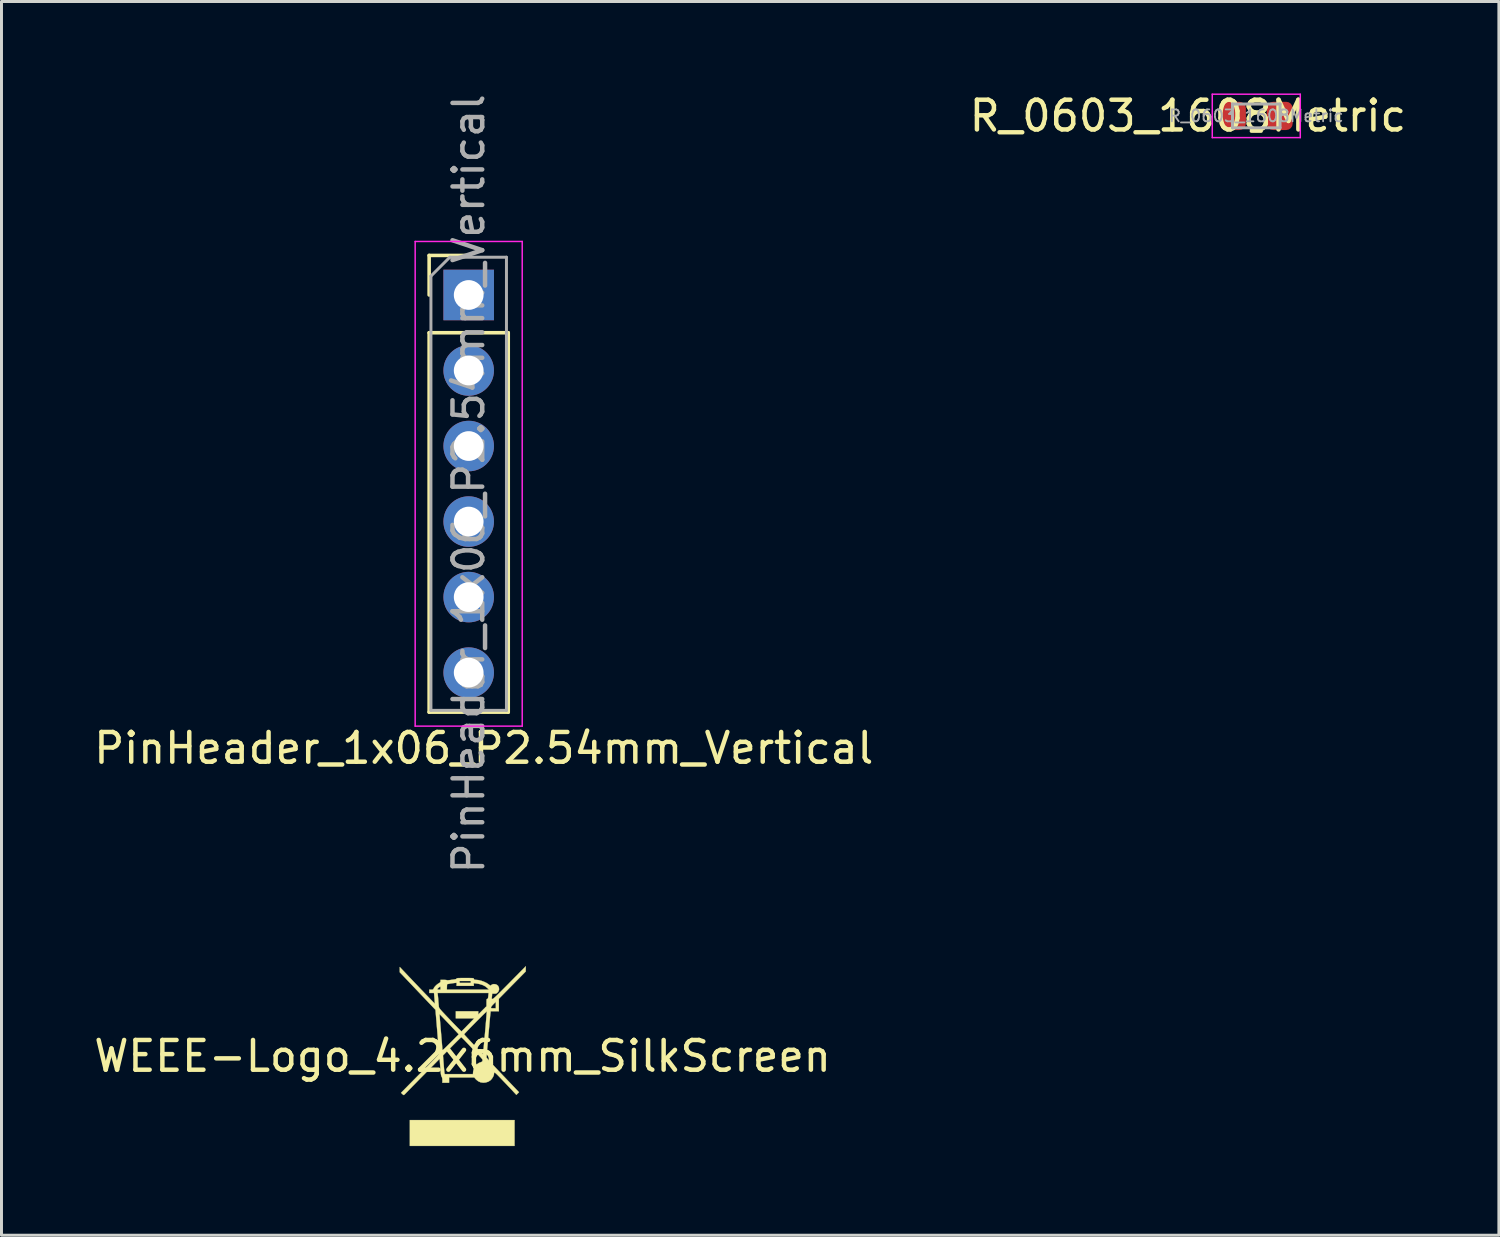
<source format=kicad_pcb>
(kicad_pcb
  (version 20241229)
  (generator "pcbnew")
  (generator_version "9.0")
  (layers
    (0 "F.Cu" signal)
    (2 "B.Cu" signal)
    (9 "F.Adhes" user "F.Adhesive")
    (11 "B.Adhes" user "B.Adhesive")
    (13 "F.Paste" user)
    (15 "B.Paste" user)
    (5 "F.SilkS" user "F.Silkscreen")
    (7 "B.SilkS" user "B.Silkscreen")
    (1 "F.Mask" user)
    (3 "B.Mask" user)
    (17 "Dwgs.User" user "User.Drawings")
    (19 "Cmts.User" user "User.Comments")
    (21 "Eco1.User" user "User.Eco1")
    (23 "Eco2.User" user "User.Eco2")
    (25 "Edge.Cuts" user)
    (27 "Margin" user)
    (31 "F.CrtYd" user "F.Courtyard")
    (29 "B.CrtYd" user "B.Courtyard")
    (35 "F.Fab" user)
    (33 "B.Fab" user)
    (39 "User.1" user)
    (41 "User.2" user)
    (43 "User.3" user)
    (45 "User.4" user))
  (footprint "WEEE-Logo_4.2x6mm_SilkScreen"
    (layer "F.Cu")
    (at 12.506 32.468)
    (property "Reference" "WEEE-Logo_4.2x6mm_SilkScreen" (at 0 0 180) (layer "F.SilkS") (effects (font (size 1 1) (thickness 0.15))))
    (attr exclude_from_pos_files exclude_from_bom)
    (fp_poly (pts (xy 1.748 3.018) (xy -1.773 3.018) (xy -1.773 2.15) (xy 1.748 2.15) (xy 1.748 3.018)) (stroke (width 0.01) (type solid)) (fill yes) (layer "F.SilkS"))
    (fp_poly (pts (xy 2.124 -2.935) (xy 2.124 -2.848) (xy 1.672 -2.389) (xy 1.22 -1.93) (xy 1.22 -1.72) (xy 1.22 -1.509) (xy 0.945 -1.509) (xy 0.938 -1.455) (xy 0.935 -1.431) (xy 0.93 -1.385) (xy 0.924 -1.321) (xy 0.917 -1.24) (xy 0.908 -1.146) (xy 0.899 -1.041) (xy 0.889 -0.929) (xy 0.878 -0.811) (xy 0.867 -0.692) (xy 0.857 -0.572) (xy 0.847 -0.456) (xy 0.837 -0.345) (xy 0.828 -0.243) (xy 0.821 -0.153) (xy 0.814 -0.076) (xy 0.809 -0.017) (xy 0.806 0.024) (xy 0.805 0.042) (xy 0.805 0.042) (xy 0.813 0.056) (xy 0.836 0.086) (xy 0.875 0.131) (xy 0.93 0.193) (xy 1.001 0.27) (xy 1.089 0.365) (xy 1.194 0.476) (xy 1.317 0.605) (xy 1.351 0.641) (xy 1.897 1.213) (xy 1.809 1.301) (xy 1.737 1.224) (xy 1.711 1.196) (xy 1.671 1.152) (xy 1.618 1.096) (xy 1.556 1.031) (xy 1.487 0.958) (xy 1.414 0.882) (xy 1.371 0.837) (xy 1.289 0.751) (xy 1.224 0.683) (xy 1.172 0.63) (xy 1.132 0.592) (xy 1.103 0.567) (xy 1.083 0.554) (xy 1.07 0.552) (xy 1.062 0.56) (xy 1.059 0.575) (xy 1.057 0.598) (xy 1.057 0.604) (xy 1.048 0.647) (xy 1.024 0.699) (xy 0.992 0.751) (xy 0.955 0.796) (xy 0.94 0.81) (xy 0.865 0.859) (xy 0.776 0.886) (xy 0.698 0.893) (xy 0.609 0.881) (xy 0.528 0.845) (xy 0.455 0.787) (xy 0.442 0.772) (xy 0.393 0.717) (xy -0.453 0.717) (xy -0.453 0.893) (xy -0.679 0.893) (xy -0.679 0.811) (xy -0.682 0.754) (xy -0.691 0.715) (xy -0.703 0.694) (xy -0.711 0.679) (xy -0.718 0.657) (xy -0.725 0.625) (xy -0.731 0.58) (xy -0.737 0.518) (xy -0.744 0.436) (xy -0.749 0.375) (xy -0.771 0.089) (xy -1.314 0.639) (xy -1.412 0.738) (xy -1.506 0.834) (xy -1.594 0.924) (xy -1.675 1.006) (xy -1.747 1.08) (xy -1.809 1.143) (xy -1.857 1.193) (xy -1.892 1.228) (xy -1.91 1.248) (xy -1.941 1.279) (xy -1.966 1.301) (xy -1.98 1.308) (xy -1.997 1.299) (xy -2.022 1.278) (xy -2.031 1.27) (xy -2.068 1.232) (xy -1.867 1.028) (xy -1.816 0.976) (xy -1.75 0.909) (xy -1.672 0.83) (xy -1.585 0.742) (xy -1.492 0.648) (xy -1.395 0.551) (xy -1.298 0.453) (xy -1.229 0.383) (xy -1.124 0.277) (xy -1.035 0.186) (xy -0.962 0.111) (xy -0.904 0.05) (xy -0.859 0.001) (xy -0.837 -0.024) (xy -0.659 -0.024) (xy -0.636 0.262) (xy -0.63 0.345) (xy -0.623 0.422) (xy -0.617 0.487) (xy -0.612 0.537) (xy -0.609 0.568) (xy -0.607 0.575) (xy -0.601 0.604) (xy 0.349 0.604) (xy 0.355 0.525) (xy 0.374 0.431) (xy 0.414 0.349) (xy 0.473 0.28) (xy 0.547 0.228) (xy 0.63 0.197) (xy 0.657 0.182) (xy 0.671 0.151) (xy 0.671 0.149) (xy 0.673 0.136) (xy 0.671 0.123) (xy 0.663 0.106) (xy 0.648 0.084) (xy 0.623 0.055) (xy 0.587 0.015) (xy 0.538 -0.038) (xy 0.473 -0.107) (xy 0.468 -0.111) (xy 0.399 -0.184) (xy 0.324 -0.263) (xy 0.251 -0.34) (xy 0.183 -0.412) (xy 0.126 -0.472) (xy 0.113 -0.485) (xy 0.065 -0.536) (xy 0.021 -0.58) (xy -0.013 -0.613) (xy -0.036 -0.633) (xy -0.044 -0.637) (xy -0.056 -0.628) (xy -0.083 -0.603) (xy -0.123 -0.564) (xy -0.175 -0.513) (xy -0.235 -0.453) (xy -0.303 -0.385) (xy -0.358 -0.329) (xy -0.659 -0.024) (xy -0.837 -0.024) (xy -0.827 -0.036) (xy -0.805 -0.062) (xy -0.794 -0.08) (xy -0.792 -0.088) (xy -0.793 -0.106) (xy -0.796 -0.147) (xy -0.8 -0.208) (xy -0.806 -0.287) (xy -0.814 -0.382) (xy -0.823 -0.49) (xy -0.832 -0.609) (xy -0.843 -0.737) (xy -0.851 -0.839) (xy -0.899 -1.415) (xy -0.776 -1.415) (xy -0.775 -1.403) (xy -0.773 -1.368) (xy -0.768 -1.313) (xy -0.763 -1.24) (xy -0.755 -1.152) (xy -0.747 -1.052) (xy -0.738 -0.941) (xy -0.729 -0.836) (xy -0.719 -0.717) (xy -0.709 -0.604) (xy -0.701 -0.501) (xy -0.693 -0.41) (xy -0.687 -0.333) (xy -0.683 -0.274) (xy -0.68 -0.235) (xy -0.679 -0.22) (xy -0.678 -0.211) (xy -0.673 -0.207) (xy -0.663 -0.211) (xy -0.646 -0.223) (xy -0.62 -0.245) (xy -0.583 -0.28) (xy -0.534 -0.328) (xy -0.471 -0.391) (xy -0.403 -0.458) (xy -0.128 -0.734) (xy -0.13 -0.736) (xy 0.053 -0.736) (xy 0.061 -0.724) (xy 0.084 -0.697) (xy 0.12 -0.658) (xy 0.166 -0.607) (xy 0.22 -0.549) (xy 0.28 -0.485) (xy 0.343 -0.419) (xy 0.407 -0.351) (xy 0.47 -0.285) (xy 0.529 -0.224) (xy 0.582 -0.169) (xy 0.626 -0.124) (xy 0.66 -0.09) (xy 0.681 -0.07) (xy 0.686 -0.066) (xy 0.688 -0.079) (xy 0.692 -0.115) (xy 0.698 -0.171) (xy 0.705 -0.246) (xy 0.714 -0.337) (xy 0.724 -0.441) (xy 0.734 -0.557) (xy 0.746 -0.683) (xy 0.755 -0.784) (xy 0.767 -0.916) (xy 0.778 -1.039) (xy 0.787 -1.153) (xy 0.796 -1.255) (xy 0.803 -1.343) (xy 0.808 -1.413) (xy 0.812 -1.465) (xy 0.814 -1.496) (xy 0.814 -1.504) (xy 0.804 -1.497) (xy 0.778 -1.474) (xy 0.74 -1.438) (xy 0.691 -1.39) (xy 0.633 -1.332) (xy 0.569 -1.268) (xy 0.5 -1.2) (xy 0.429 -1.128) (xy 0.359 -1.057) (xy 0.29 -0.987) (xy 0.227 -0.922) (xy 0.17 -0.863) (xy 0.122 -0.812) (xy 0.085 -0.773) (xy 0.061 -0.747) (xy 0.053 -0.736) (xy -0.13 -0.736) (xy -0.23 -0.844) (xy -0.283 -0.9) (xy -0.342 -0.962) (xy -0.404 -1.029) (xy -0.469 -1.097) (xy -0.533 -1.164) (xy -0.594 -1.228) (xy -0.65 -1.287) (xy -0.699 -1.337) (xy -0.737 -1.377) (xy -0.764 -1.404) (xy -0.775 -1.415) (xy -0.776 -1.415) (xy -0.899 -1.415) (xy -0.911 -1.559) (xy -1.512 -2.191) (xy -2.112 -2.822) (xy -2.112 -2.911) (xy -2.112 -2.999) (xy -2.015 -2.895) (xy -1.96 -2.838) (xy -1.896 -2.77) (xy -1.824 -2.693) (xy -1.745 -2.611) (xy -1.662 -2.523) (xy -1.576 -2.433) (xy -1.489 -2.342) (xy -1.403 -2.251) (xy -1.318 -2.163) (xy -1.238 -2.079) (xy -1.163 -2.002) (xy -1.096 -1.932) (xy -1.039 -1.872) (xy -0.992 -1.824) (xy -0.957 -1.789) (xy -0.938 -1.77) (xy -0.933 -1.766) (xy -0.933 -1.779) (xy -0.935 -1.813) (xy -0.938 -1.862) (xy -0.943 -1.923) (xy -0.945 -1.947) (xy -0.96 -2.125) (xy -0.843 -2.125) (xy -0.837 -2.097) (xy -0.834 -2.074) (xy -0.83 -2.032) (xy -0.824 -1.976) (xy -0.819 -1.91) (xy -0.817 -1.886) (xy -0.812 -1.817) (xy -0.806 -1.752) (xy -0.801 -1.698) (xy -0.798 -1.662) (xy -0.797 -1.655) (xy -0.793 -1.642) (xy -0.786 -1.626) (xy -0.773 -1.606) (xy -0.754 -1.58) (xy -0.726 -1.547) (xy -0.688 -1.504) (xy -0.638 -1.45) (xy -0.575 -1.383) (xy -0.497 -1.301) (xy -0.418 -1.218) (xy -0.34 -1.136) (xy -0.266 -1.06) (xy -0.2 -0.992) (xy -0.142 -0.933) (xy -0.095 -0.887) (xy -0.061 -0.853) (xy -0.041 -0.835) (xy -0.037 -0.833) (xy -0.026 -0.842) (xy 0.000029 -0.868) (xy 0.038 -0.906) (xy 0.087 -0.955) (xy 0.142 -1.012) (xy 0.182 -1.053) (xy 0.392 -1.27) (xy -0.226 -1.27) (xy -0.226 -1.509) (xy 0.528 -1.509) (xy 0.528 -1.402) (xy 0.666 -1.54) (xy 0.765 -1.638) (xy 0.956 -1.638) (xy 0.957 -1.623) (xy 0.967 -1.614) (xy 0.989 -1.61) (xy 1.03 -1.61) (xy 1.037 -1.61) (xy 1.119 -1.61) (xy 1.119 -1.829) (xy 1.037 -1.748) (xy 0.991 -1.699) (xy 0.964 -1.661) (xy 0.956 -1.638) (xy 0.765 -1.638) (xy 0.805 -1.678) (xy 0.805 -1.801) (xy 0.805 -1.858) (xy 0.807 -1.893) (xy 0.811 -1.913) (xy 0.818 -1.922) (xy 0.829 -1.924) (xy 0.841 -1.927) (xy 0.85 -1.937) (xy 0.857 -1.96) (xy 0.863 -1.998) (xy 0.869 -2.057) (xy 0.871 -2.078) (xy 0.875 -2.125) (xy -0.843 -2.125) (xy -0.96 -2.125) (xy -1.119 -2.125) (xy -1.119 -2.238) (xy -1.051 -2.238) (xy -1.012 -2.239) (xy -0.99 -2.245) (xy -0.987 -2.248) (xy -0.849 -2.248) (xy -0.841 -2.241) (xy -0.816 -2.238) (xy -0.799 -2.238) (xy -0.742 -2.238) (xy -0.529 -2.238) (xy 0.885 -2.238) (xy 0.837 -2.287) (xy 0.763 -2.348) (xy 0.671 -2.394) (xy 0.56 -2.428) (xy 0.45 -2.446) (xy 0.377 -2.455) (xy 0.377 -2.364) (xy -0.201 -2.364) (xy -0.201 -2.467) (xy -0.286 -2.459) (xy -0.345 -2.451) (xy -0.409 -2.442) (xy -0.446 -2.435) (xy -0.522 -2.42) (xy -0.526 -2.329) (xy -0.529 -2.238) (xy -0.742 -2.238) (xy -0.742 -2.289) (xy -0.744 -2.32) (xy -0.748 -2.338) (xy -0.749 -2.339) (xy -0.768 -2.331) (xy -0.795 -2.311) (xy -0.822 -2.287) (xy -0.841 -2.265) (xy -0.843 -2.262) (xy -0.849 -2.248) (xy -0.987 -2.248) (xy -0.98 -2.257) (xy -0.975 -2.27) (xy -0.958 -2.305) (xy -0.925 -2.347) (xy -0.882 -2.391) (xy -0.834 -2.429) (xy -0.803 -2.449) (xy -0.767 -2.471) (xy -0.749 -2.49) (xy -0.742 -2.511) (xy -0.742 -2.524) (xy -0.742 -2.527) (xy -0.101 -2.527) (xy -0.101 -2.465) (xy 0.277 -2.465) (xy 0.277 -2.527) (xy -0.101 -2.527) (xy -0.742 -2.527) (xy -0.742 -2.565) (xy -0.636 -2.565) (xy -0.587 -2.564) (xy -0.549 -2.561) (xy -0.528 -2.556) (xy -0.526 -2.555) (xy -0.513 -2.552) (xy -0.48 -2.553) (xy -0.434 -2.558) (xy -0.402 -2.562) (xy -0.345 -2.571) (xy -0.293 -2.578) (xy -0.254 -2.584) (xy -0.242 -2.586) (xy -0.212 -2.595) (xy -0.201 -2.61) (xy -0.198 -2.616) (xy -0.186 -2.62) (xy -0.163 -2.624) (xy -0.126 -2.626) (xy -0.072 -2.627) (xy 0.001 -2.628) (xy 0.088 -2.628) (xy 0.181 -2.628) (xy 0.251 -2.627) (xy 0.302 -2.626) (xy 0.337 -2.624) (xy 0.359 -2.621) (xy 0.371 -2.617) (xy 0.376 -2.611) (xy 0.377 -2.604) (xy 0.385 -2.582) (xy 0.41 -2.57) (xy 0.456 -2.565) (xy 0.464 -2.565) (xy 0.542 -2.557) (xy 0.63 -2.535) (xy 0.721 -2.502) (xy 0.807 -2.461) (xy 0.879 -2.414) (xy 0.888 -2.407) (xy 0.919 -2.383) (xy 0.937 -2.373) (xy 0.949 -2.377) (xy 0.962 -2.389) (xy 1 -2.414) (xy 1.05 -2.424) (xy 1.104 -2.419) (xy 1.153 -2.4) (xy 1.191 -2.368) (xy 1.194 -2.365) (xy 1.223 -2.305) (xy 1.228 -2.244) (xy 1.211 -2.186) (xy 1.171 -2.135) (xy 1.166 -2.131) (xy 1.138 -2.111) (xy 1.11 -2.102) (xy 1.07 -2.101) (xy 1.06 -2.102) (xy 1.021 -2.103) (xy 1.001 -2.1) (xy 0.994 -2.09) (xy 0.993 -2.081) (xy 0.992 -2.054) (xy 0.988 -2.014) (xy 0.985 -1.99) (xy 0.981 -1.952) (xy 0.983 -1.932) (xy 0.992 -1.925) (xy 1.009 -1.924) (xy 1.019 -1.927) (xy 1.036 -1.938) (xy 1.059 -1.956) (xy 1.091 -1.985) (xy 1.133 -2.024) (xy 1.186 -2.075) (xy 1.251 -2.139) (xy 1.329 -2.217) (xy 1.422 -2.31) (xy 1.531 -2.42) (xy 1.583 -2.473) (xy 2.125 -3.022) (xy 2.124 -2.935)) (stroke (width 0.01) (type solid)) (fill yes) (layer "F.SilkS")))
  (footprint "PinHeader_1x06_P2.54mm_Vertical"
    (layer "F.Cu")
    (at 12.712 6.87)
    (property "Reference" "PinHeader_1x06_P2.54mm_Vertical" (at 0.508 15.24 0) (layer "F.SilkS") (effects (font (size 1 1) (thickness 0.15))))
    (attr through_hole)
    (fp_line (start -1.33 -1.33) (end 0 -1.33) (stroke (width 0.12) (type solid)) (layer "F.SilkS"))
    (fp_line (start -1.33 0) (end -1.33 -1.33) (stroke (width 0.12) (type solid)) (layer "F.SilkS"))
    (fp_line (start -1.33 1.27) (end -1.33 14.03) (stroke (width 0.12) (type solid)) (layer "F.SilkS"))
    (fp_line (start -1.33 1.27) (end 1.33 1.27) (stroke (width 0.12) (type solid)) (layer "F.SilkS"))
    (fp_line (start -1.33 14.03) (end 1.33 14.03) (stroke (width 0.12) (type solid)) (layer "F.SilkS"))
    (fp_line (start 1.33 1.27) (end 1.33 14.03) (stroke (width 0.12) (type solid)) (layer "F.SilkS"))
    (fp_line (start -1.8 -1.8) (end -1.8 14.5) (stroke (width 0.05) (type solid)) (layer "F.CrtYd"))
    (fp_line (start -1.8 14.5) (end 1.8 14.5) (stroke (width 0.05) (type solid)) (layer "F.CrtYd"))
    (fp_line (start 1.8 -1.8) (end -1.8 -1.8) (stroke (width 0.05) (type solid)) (layer "F.CrtYd"))
    (fp_line (start 1.8 14.5) (end 1.8 -1.8) (stroke (width 0.05) (type solid)) (layer "F.CrtYd"))
    (fp_line (start -1.27 -0.635) (end -0.635 -1.27) (stroke (width 0.1) (type solid)) (layer "F.Fab"))
    (fp_line (start -1.27 13.97) (end -1.27 -0.635) (stroke (width 0.1) (type solid)) (layer "F.Fab"))
    (fp_line (start -0.635 -1.27) (end 1.27 -1.27) (stroke (width 0.1) (type solid)) (layer "F.Fab"))
    (fp_line (start 1.27 -1.27) (end 1.27 13.97) (stroke (width 0.1) (type solid)) (layer "F.Fab"))
    (fp_line (start 1.27 13.97) (end -1.27 13.97) (stroke (width 0.1) (type solid)) (layer "F.Fab"))
    (fp_text user "${REFERENCE}" (at 0 6.35 270) (layer "F.Fab") (effects (font (size 1 1) (thickness 0.15))))
    (pad "1" thru_hole rect (at 0 0) (size 1.7 1.7) (drill 1) (layers "*.Cu" "*.Mask"))
    (pad "2" thru_hole oval (at 0 2.54) (size 1.7 1.7) (drill 1) (layers "*.Cu" "*.Mask"))
    (pad "3" thru_hole oval (at 0 5.08) (size 1.7 1.7) (drill 1) (layers "*.Cu" "*.Mask"))
    (pad "4" thru_hole oval (at 0 7.62) (size 1.7 1.7) (drill 1) (layers "*.Cu" "*.Mask"))
    (pad "5" thru_hole oval (at 0 10.16) (size 1.7 1.7) (drill 1) (layers "*.Cu" "*.Mask"))
    (pad "6" thru_hole oval (at 0 12.7) (size 1.7 1.7) (drill 1) (layers "*.Cu" "*.Mask")))
  (footprint "R_0603_1608Metric"
    (layer "F.Cu")
    (at 39.198 0.848)
    (property "Reference" "R_0603_1608Metric" (at -2.299 0 0) (layer "F.SilkS") (effects (font (size 1 1) (thickness 0.15))))
    (attr smd)
    (fp_line (start -0.163 -0.51) (end 0.163 -0.51) (stroke (width 0.12) (type solid)) (layer "F.SilkS"))
    (fp_line (start -0.163 0.51) (end 0.163 0.51) (stroke (width 0.12) (type solid)) (layer "F.SilkS"))
    (fp_line (start -1.48 -0.73) (end 1.48 -0.73) (stroke (width 0.05) (type solid)) (layer "F.CrtYd"))
    (fp_line (start -1.48 0.73) (end -1.48 -0.73) (stroke (width 0.05) (type solid)) (layer "F.CrtYd"))
    (fp_line (start 1.48 -0.73) (end 1.48 0.73) (stroke (width 0.05) (type solid)) (layer "F.CrtYd"))
    (fp_line (start 1.48 0.73) (end -1.48 0.73) (stroke (width 0.05) (type solid)) (layer "F.CrtYd"))
    (fp_line (start -0.8 -0.4) (end 0.8 -0.4) (stroke (width 0.1) (type solid)) (layer "F.Fab"))
    (fp_line (start -0.8 0.4) (end -0.8 -0.4) (stroke (width 0.1) (type solid)) (layer "F.Fab"))
    (fp_line (start 0.8 -0.4) (end 0.8 0.4) (stroke (width 0.1) (type solid)) (layer "F.Fab"))
    (fp_line (start 0.8 0.4) (end -0.8 0.4) (stroke (width 0.1) (type solid)) (layer "F.Fab"))
    (fp_text user "${REFERENCE}" (at 0 0 0) (layer "F.Fab") (effects (font (size 0.4 0.4) (thickness 0.06))))
    (pad "1" smd roundrect (at -0.787 0) (size 0.875 0.95) (layers "F.Cu" "F.Mask" "F.Paste") (roundrect_rratio 0.25))
    (pad "2" smd roundrect (at 0.787 0) (size 0.875 0.95) (layers "F.Cu" "F.Mask" "F.Paste") (roundrect_rratio 0.25)))
  (gr_rect
    (start -3 -3)
    (end 47.357 38.491)
    (stroke (width 0.1) (type default))
    (fill no)
    (layer "Edge.Cuts")))
</source>
